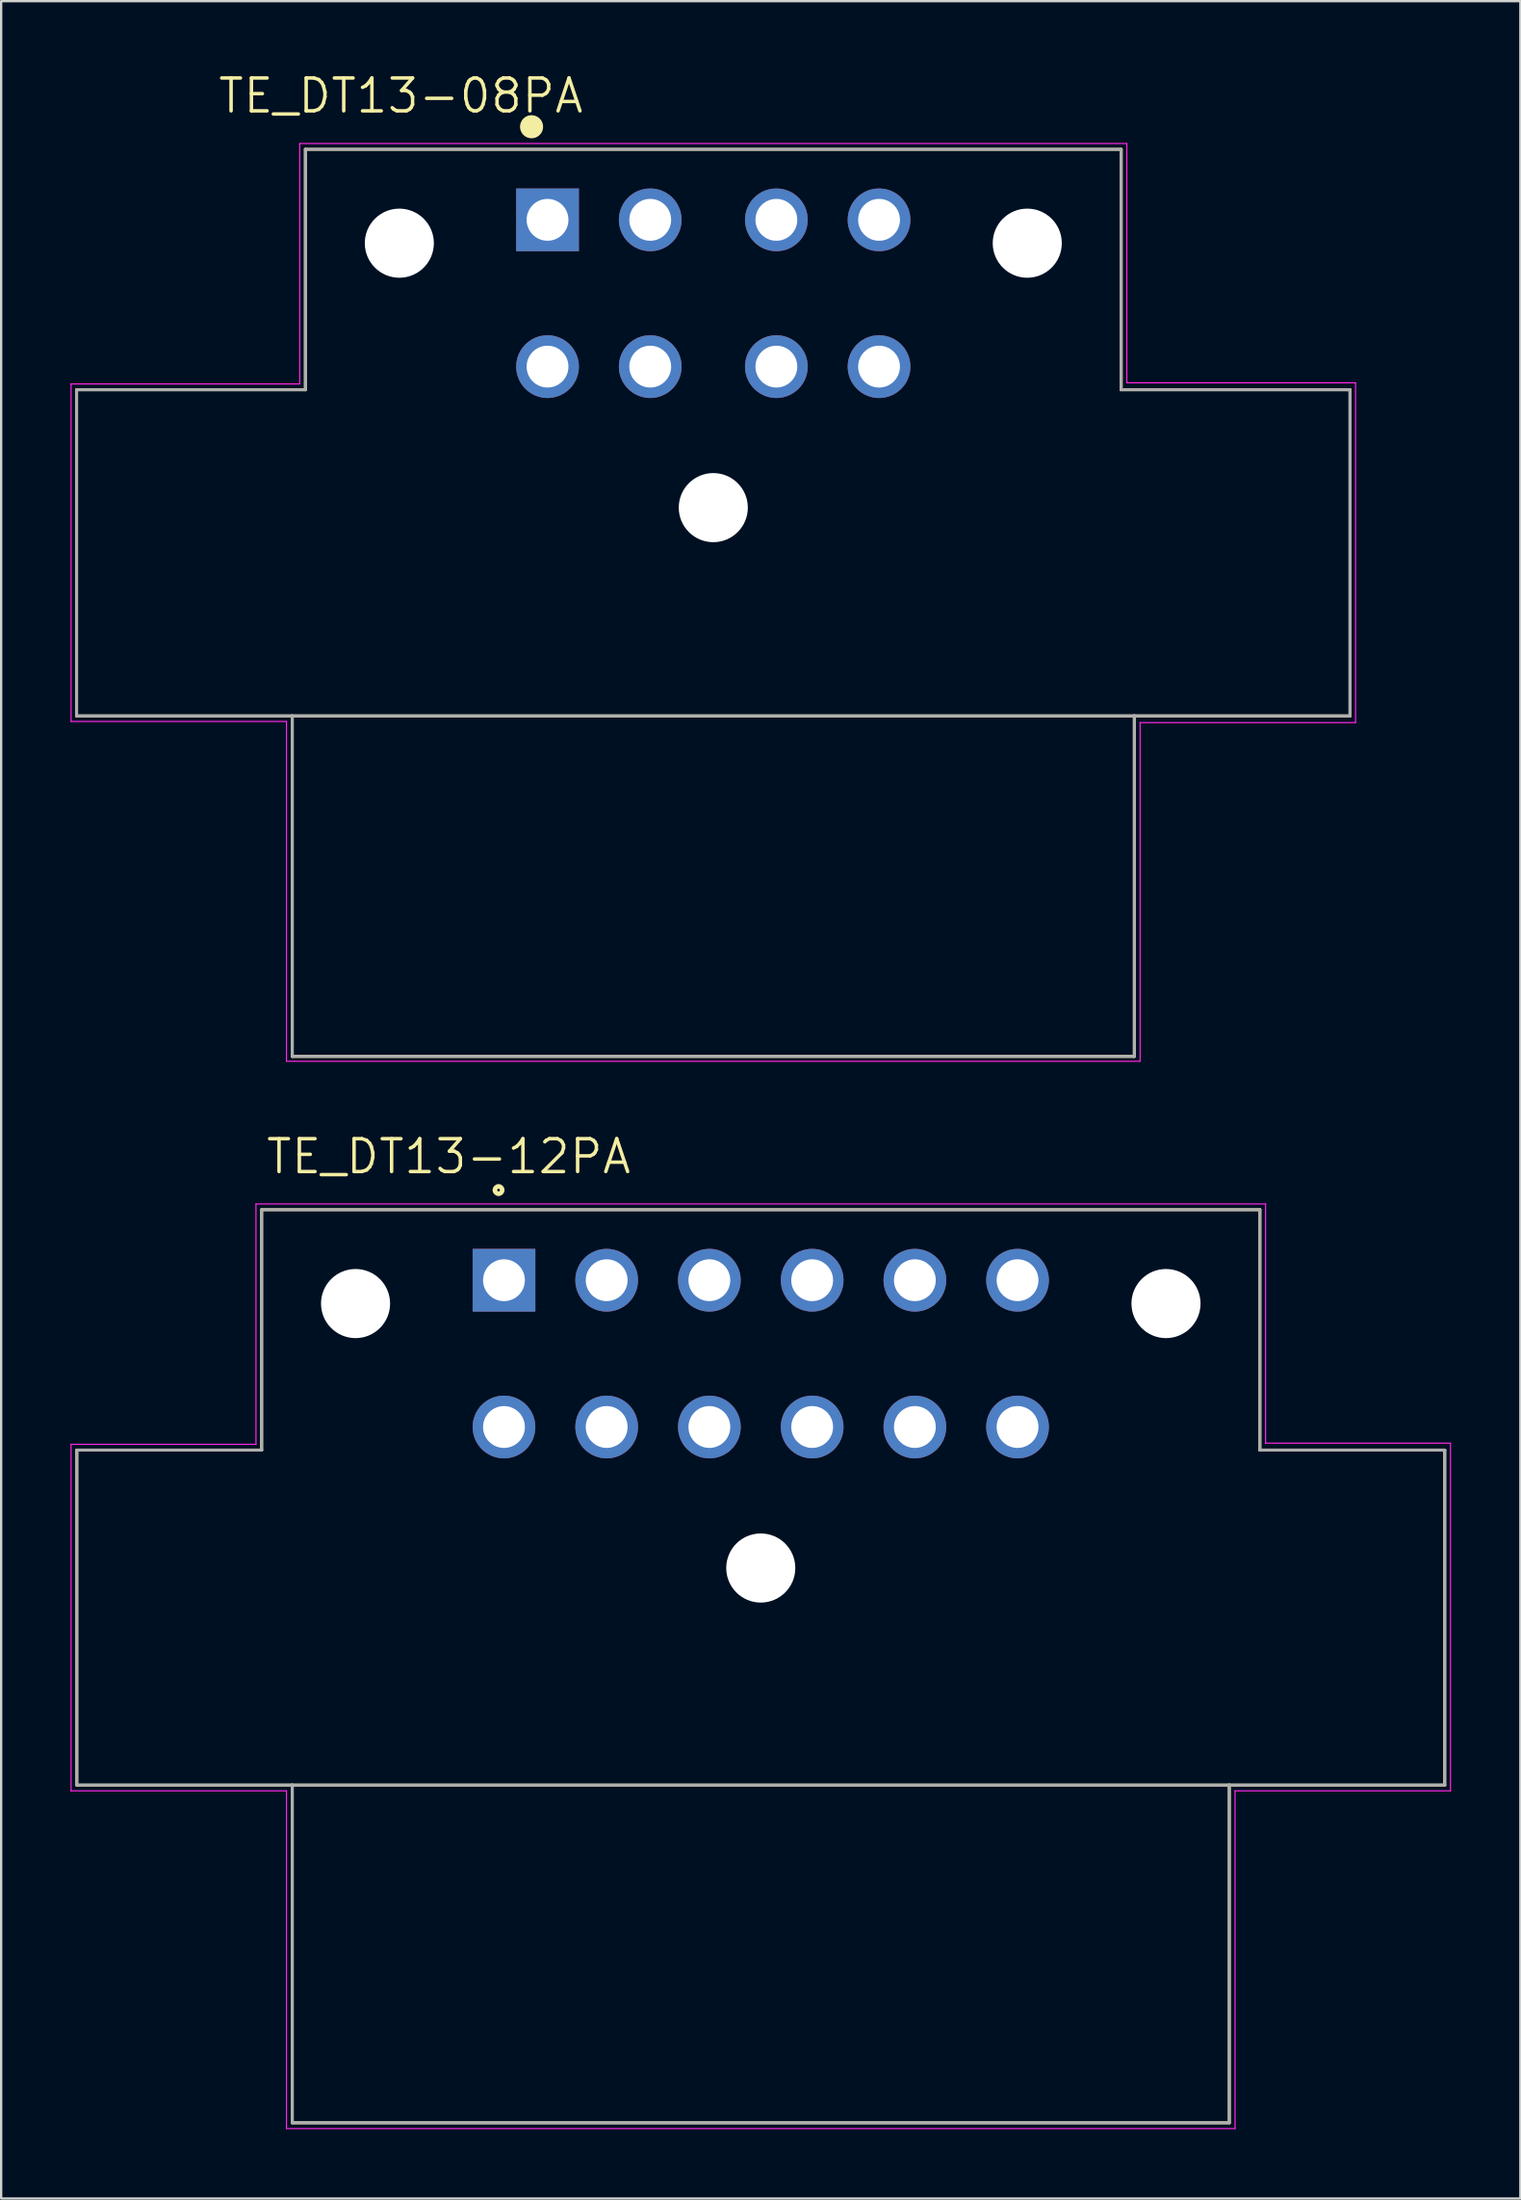
<source format=kicad_pcb>
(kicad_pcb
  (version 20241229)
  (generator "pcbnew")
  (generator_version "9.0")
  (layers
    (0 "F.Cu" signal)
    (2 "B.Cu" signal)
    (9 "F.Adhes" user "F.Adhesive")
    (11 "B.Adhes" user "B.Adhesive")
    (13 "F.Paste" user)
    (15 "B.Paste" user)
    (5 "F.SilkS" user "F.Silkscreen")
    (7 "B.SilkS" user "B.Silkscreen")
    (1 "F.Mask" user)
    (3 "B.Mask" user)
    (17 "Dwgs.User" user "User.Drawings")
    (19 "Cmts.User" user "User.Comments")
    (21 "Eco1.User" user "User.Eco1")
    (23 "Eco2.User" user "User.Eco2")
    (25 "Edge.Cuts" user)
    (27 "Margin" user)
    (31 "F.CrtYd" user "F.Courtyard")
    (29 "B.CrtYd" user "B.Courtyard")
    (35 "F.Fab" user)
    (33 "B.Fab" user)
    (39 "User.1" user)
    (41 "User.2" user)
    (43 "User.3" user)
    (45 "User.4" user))
  (footprint "TE_DT13-08PA"
    (layer "F.Cu")
    (at 27.825 12.81)
    (property "Reference" "TE_DT13-08PA" (at -13.525 -11.715 0) (layer "F.SilkS") (effects (font (size 1.422 1.422) (thickness 0.15))))
    (attr through_hole)
    (fp_line (start -27.56 1) (end -17.655 1) (stroke (width 0.127) (type solid)) (layer "F.SilkS"))
    (fp_line (start -27.56 15.11) (end -27.56 1) (stroke (width 0.127) (type solid)) (layer "F.SilkS"))
    (fp_line (start -18.225 15.11) (end -27.56 15.11) (stroke (width 0.127) (type solid)) (layer "F.SilkS"))
    (fp_line (start -18.225 15.11) (end -18.225 29.84) (stroke (width 0.127) (type solid)) (layer "F.SilkS"))
    (fp_line (start -18.225 29.84) (end 18.225 29.84) (stroke (width 0.127) (type solid)) (layer "F.SilkS"))
    (fp_line (start -17.655 -9.4) (end 17.655 -9.4) (stroke (width 0.127) (type solid)) (layer "F.SilkS"))
    (fp_line (start -17.655 1) (end -17.655 -9.4) (stroke (width 0.127) (type solid)) (layer "F.SilkS"))
    (fp_line (start 17.655 -9.4) (end 17.655 1) (stroke (width 0.127) (type solid)) (layer "F.SilkS"))
    (fp_line (start 17.655 1) (end 27.56 1) (stroke (width 0.127) (type solid)) (layer "F.SilkS"))
    (fp_line (start 18.225 15.11) (end -18.225 15.11) (stroke (width 0.127) (type solid)) (layer "F.SilkS"))
    (fp_line (start 18.225 29.84) (end 18.225 15.11) (stroke (width 0.127) (type solid)) (layer "F.SilkS"))
    (fp_line (start 27.56 1) (end 27.56 15.11) (stroke (width 0.127) (type solid)) (layer "F.SilkS"))
    (fp_line (start 27.56 15.11) (end 18.225 15.11) (stroke (width 0.127) (type solid)) (layer "F.SilkS"))
    (fp_circle (center -7.866 -10.377) (end -7.616 -10.377) (stroke (width 0.5) (type solid)) (fill no) (layer "F.SilkS"))
    (fp_line (start -27.8 0.75) (end -27.8 15.35) (stroke (width 0.05) (type solid)) (layer "F.CrtYd"))
    (fp_line (start -27.8 15.35) (end -18.475 15.35) (stroke (width 0.05) (type solid)) (layer "F.CrtYd"))
    (fp_line (start -18.475 15.35) (end -18.475 30.05) (stroke (width 0.05) (type solid)) (layer "F.CrtYd"))
    (fp_line (start -18.475 30.05) (end 18.475 30.05) (stroke (width 0.05) (type solid)) (layer "F.CrtYd"))
    (fp_line (start -17.9 -9.65) (end -17.9 0.75) (stroke (width 0.05) (type solid)) (layer "F.CrtYd"))
    (fp_line (start -17.9 0.75) (end -27.8 0.75) (stroke (width 0.05) (type solid)) (layer "F.CrtYd"))
    (fp_line (start 17.9 -9.65) (end -17.9 -9.65) (stroke (width 0.05) (type solid)) (layer "F.CrtYd"))
    (fp_line (start 17.9 0.7) (end 17.9 -9.65) (stroke (width 0.05) (type solid)) (layer "F.CrtYd"))
    (fp_line (start 18.475 15.4) (end 27.8 15.4) (stroke (width 0.05) (type solid)) (layer "F.CrtYd"))
    (fp_line (start 18.475 30.05) (end 18.475 15.4) (stroke (width 0.05) (type solid)) (layer "F.CrtYd"))
    (fp_line (start 27.8 0.7) (end 17.9 0.7) (stroke (width 0.05) (type solid)) (layer "F.CrtYd"))
    (fp_line (start 27.8 15.4) (end 27.8 0.7) (stroke (width 0.05) (type solid)) (layer "F.CrtYd"))
    (fp_line (start -27.56 1) (end -17.655 1) (stroke (width 0.127) (type solid)) (layer "F.Fab"))
    (fp_line (start -27.56 15.11) (end -27.56 1) (stroke (width 0.127) (type solid)) (layer "F.Fab"))
    (fp_line (start -18.225 15.11) (end -27.56 15.11) (stroke (width 0.127) (type solid)) (layer "F.Fab"))
    (fp_line (start -18.225 15.11) (end -18.225 29.84) (stroke (width 0.127) (type solid)) (layer "F.Fab"))
    (fp_line (start -18.225 29.84) (end 18.225 29.84) (stroke (width 0.127) (type solid)) (layer "F.Fab"))
    (fp_line (start -17.655 -9.4) (end 17.655 -9.4) (stroke (width 0.127) (type solid)) (layer "F.Fab"))
    (fp_line (start -17.655 1) (end -17.655 -9.4) (stroke (width 0.127) (type solid)) (layer "F.Fab"))
    (fp_line (start 17.655 -9.4) (end 17.655 1) (stroke (width 0.127) (type solid)) (layer "F.Fab"))
    (fp_line (start 17.655 1) (end 27.56 1) (stroke (width 0.127) (type solid)) (layer "F.Fab"))
    (fp_line (start 18.225 15.11) (end -18.225 15.11) (stroke (width 0.127) (type solid)) (layer "F.Fab"))
    (fp_line (start 18.225 29.84) (end 18.225 15.11) (stroke (width 0.127) (type solid)) (layer "F.Fab"))
    (fp_line (start 27.56 1) (end 27.56 15.11) (stroke (width 0.127) (type solid)) (layer "F.Fab"))
    (fp_line (start 27.56 15.11) (end 18.225 15.11) (stroke (width 0.127) (type solid)) (layer "F.Fab"))
    (pad "" np_thru_hole circle (at -13.59 -5.34) (size 2.99 2.99) (drill 2.99) (layers "*.Cu" "*.Mask"))
    (pad "" np_thru_hole circle (at 0 6.1) (size 2.99 2.99) (drill 2.99) (layers "*.Cu" "*.Mask"))
    (pad "" np_thru_hole circle (at 13.59 -5.34) (size 2.99 2.99) (drill 2.99) (layers "*.Cu" "*.Mask"))
    (pad "1" thru_hole rect (at -7.175 -6.35) (size 2.715 2.715) (drill 1.81) (layers "*.Cu" "*.Mask"))
    (pad "2" thru_hole circle (at -2.73 -6.35) (size 2.715 2.715) (drill 1.81) (layers "*.Cu" "*.Mask"))
    (pad "3" thru_hole circle (at 2.73 -6.35) (size 2.715 2.715) (drill 1.81) (layers "*.Cu" "*.Mask"))
    (pad "4" thru_hole circle (at 7.175 -6.35) (size 2.715 2.715) (drill 1.81) (layers "*.Cu" "*.Mask"))
    (pad "5" thru_hole circle (at 7.175 0) (size 2.715 2.715) (drill 1.81) (layers "*.Cu" "*.Mask"))
    (pad "6" thru_hole circle (at 2.73 0) (size 2.715 2.715) (drill 1.81) (layers "*.Cu" "*.Mask"))
    (pad "7" thru_hole circle (at -2.73 0) (size 2.715 2.715) (drill 1.81) (layers "*.Cu" "*.Mask"))
    (pad "8" thru_hole circle (at -7.175 0) (size 2.715 2.715) (drill 1.81) (layers "*.Cu" "*.Mask")))
  (footprint "TE_DT13-12PA"
    (layer "F.Cu")
    (at 29.88 58.682)
    (property "Reference" "TE_DT13-12PA" (at -13.51 -11.702 0) (layer "F.SilkS") (effects (font (size 1.421 1.421) (thickness 0.15))))
    (attr through_hole)
    (fp_line (start -29.605 1) (end -21.605 1) (stroke (width 0.127) (type solid)) (layer "F.SilkS"))
    (fp_line (start -29.605 15.49) (end -29.605 1) (stroke (width 0.127) (type solid)) (layer "F.SilkS"))
    (fp_line (start -21.605 -9.4) (end 21.605 -9.4) (stroke (width 0.127) (type solid)) (layer "F.SilkS"))
    (fp_line (start -21.605 1) (end -21.605 -9.4) (stroke (width 0.127) (type solid)) (layer "F.SilkS"))
    (fp_line (start -20.28 15.49) (end -29.605 15.49) (stroke (width 0.127) (type solid)) (layer "F.SilkS"))
    (fp_line (start -20.28 15.49) (end -20.28 30.1) (stroke (width 0.127) (type solid)) (layer "F.SilkS"))
    (fp_line (start -20.28 30.1) (end 20.28 30.1) (stroke (width 0.127) (type solid)) (layer "F.SilkS"))
    (fp_line (start 20.28 15.49) (end -20.28 15.49) (stroke (width 0.127) (type solid)) (layer "F.SilkS"))
    (fp_line (start 20.28 30.1) (end 20.28 15.49) (stroke (width 0.127) (type solid)) (layer "F.SilkS"))
    (fp_line (start 21.605 -9.4) (end 21.605 1) (stroke (width 0.127) (type solid)) (layer "F.SilkS"))
    (fp_line (start 21.605 1) (end 29.605 1) (stroke (width 0.127) (type solid)) (layer "F.SilkS"))
    (fp_line (start 29.605 1) (end 29.605 15.49) (stroke (width 0.127) (type solid)) (layer "F.SilkS"))
    (fp_line (start 29.605 15.49) (end 20.28 15.49) (stroke (width 0.127) (type solid)) (layer "F.SilkS"))
    (fp_circle (center -11.35 -10.25) (end -11.192 -10.25) (stroke (width 0.2) (type solid)) (fill no) (layer "F.SilkS"))
    (fp_line (start -29.855 0.75) (end -29.855 15.74) (stroke (width 0.05) (type solid)) (layer "F.CrtYd"))
    (fp_line (start -29.855 15.74) (end -20.53 15.74) (stroke (width 0.05) (type solid)) (layer "F.CrtYd"))
    (fp_line (start -21.85 -9.65) (end -21.85 0.75) (stroke (width 0.05) (type solid)) (layer "F.CrtYd"))
    (fp_line (start -21.85 0.75) (end -29.855 0.75) (stroke (width 0.05) (type solid)) (layer "F.CrtYd"))
    (fp_line (start -20.53 15.74) (end -20.53 30.35) (stroke (width 0.05) (type solid)) (layer "F.CrtYd"))
    (fp_line (start -20.53 30.35) (end 20.53 30.35) (stroke (width 0.05) (type solid)) (layer "F.CrtYd"))
    (fp_line (start 20.53 15.74) (end 29.855 15.74) (stroke (width 0.05) (type solid)) (layer "F.CrtYd"))
    (fp_line (start 20.53 30.35) (end 20.53 15.74) (stroke (width 0.05) (type solid)) (layer "F.CrtYd"))
    (fp_line (start 21.85 -9.65) (end -21.85 -9.65) (stroke (width 0.05) (type solid)) (layer "F.CrtYd"))
    (fp_line (start 21.85 0.7) (end 21.85 -9.65) (stroke (width 0.05) (type solid)) (layer "F.CrtYd"))
    (fp_line (start 29.855 0.7) (end 21.85 0.7) (stroke (width 0.05) (type solid)) (layer "F.CrtYd"))
    (fp_line (start 29.855 15.74) (end 29.855 0.7) (stroke (width 0.05) (type solid)) (layer "F.CrtYd"))
    (fp_line (start -29.605 1) (end -21.605 1) (stroke (width 0.127) (type solid)) (layer "F.Fab"))
    (fp_line (start -29.605 15.49) (end -29.605 1) (stroke (width 0.127) (type solid)) (layer "F.Fab"))
    (fp_line (start -21.605 -9.4) (end 21.605 -9.4) (stroke (width 0.127) (type solid)) (layer "F.Fab"))
    (fp_line (start -21.605 1) (end -21.605 -9.4) (stroke (width 0.127) (type solid)) (layer "F.Fab"))
    (fp_line (start -20.28 15.49) (end -29.605 15.49) (stroke (width 0.127) (type solid)) (layer "F.Fab"))
    (fp_line (start -20.28 15.49) (end -20.28 30.1) (stroke (width 0.127) (type solid)) (layer "F.Fab"))
    (fp_line (start -20.28 30.1) (end 20.28 30.1) (stroke (width 0.127) (type solid)) (layer "F.Fab"))
    (fp_line (start 20.28 15.49) (end -20.28 15.49) (stroke (width 0.127) (type solid)) (layer "F.Fab"))
    (fp_line (start 20.28 30.1) (end 20.28 15.49) (stroke (width 0.127) (type solid)) (layer "F.Fab"))
    (fp_line (start 21.605 -9.4) (end 21.605 1) (stroke (width 0.127) (type solid)) (layer "F.Fab"))
    (fp_line (start 21.605 1) (end 29.605 1) (stroke (width 0.127) (type solid)) (layer "F.Fab"))
    (fp_line (start 29.605 1) (end 29.605 15.49) (stroke (width 0.127) (type solid)) (layer "F.Fab"))
    (fp_line (start 29.605 15.49) (end 20.28 15.49) (stroke (width 0.127) (type solid)) (layer "F.Fab"))
    (pad "" np_thru_hole circle (at -17.54 -5.34) (size 2.99 2.99) (drill 2.99) (layers "*.Cu" "*.Mask"))
    (pad "" np_thru_hole circle (at 0 6.1) (size 2.99 2.99) (drill 2.99) (layers "*.Cu" "*.Mask"))
    (pad "" np_thru_hole circle (at 17.54 -5.34) (size 2.99 2.99) (drill 2.99) (layers "*.Cu" "*.Mask"))
    (pad "1" thru_hole rect (at -11.115 -6.35) (size 2.715 2.715) (drill 1.81) (layers "*.Cu" "*.Mask"))
    (pad "2" thru_hole circle (at -6.67 -6.35) (size 2.715 2.715) (drill 1.81) (layers "*.Cu" "*.Mask"))
    (pad "3" thru_hole circle (at -2.225 -6.35) (size 2.715 2.715) (drill 1.81) (layers "*.Cu" "*.Mask"))
    (pad "4" thru_hole circle (at 2.225 -6.35) (size 2.715 2.715) (drill 1.81) (layers "*.Cu" "*.Mask"))
    (pad "5" thru_hole circle (at 6.67 -6.35) (size 2.715 2.715) (drill 1.81) (layers "*.Cu" "*.Mask"))
    (pad "6" thru_hole circle (at 11.115 -6.35) (size 2.715 2.715) (drill 1.81) (layers "*.Cu" "*.Mask"))
    (pad "7" thru_hole circle (at 11.115 0) (size 2.715 2.715) (drill 1.81) (layers "*.Cu" "*.Mask"))
    (pad "8" thru_hole circle (at 6.67 0) (size 2.715 2.715) (drill 1.81) (layers "*.Cu" "*.Mask"))
    (pad "9" thru_hole circle (at 2.225 0) (size 2.715 2.715) (drill 1.81) (layers "*.Cu" "*.Mask"))
    (pad "10" thru_hole circle (at -2.225 0) (size 2.715 2.715) (drill 1.81) (layers "*.Cu" "*.Mask"))
    (pad "11" thru_hole circle (at -6.67 0) (size 2.715 2.715) (drill 1.81) (layers "*.Cu" "*.Mask"))
    (pad "12" thru_hole circle (at -11.115 0) (size 2.715 2.715) (drill 1.81) (layers "*.Cu" "*.Mask")))
  (gr_rect
    (start -3 -3)
    (end 62.76 92.057)
    (stroke (width 0.1) (type default))
    (fill no)
    (layer "Edge.Cuts")))
</source>
